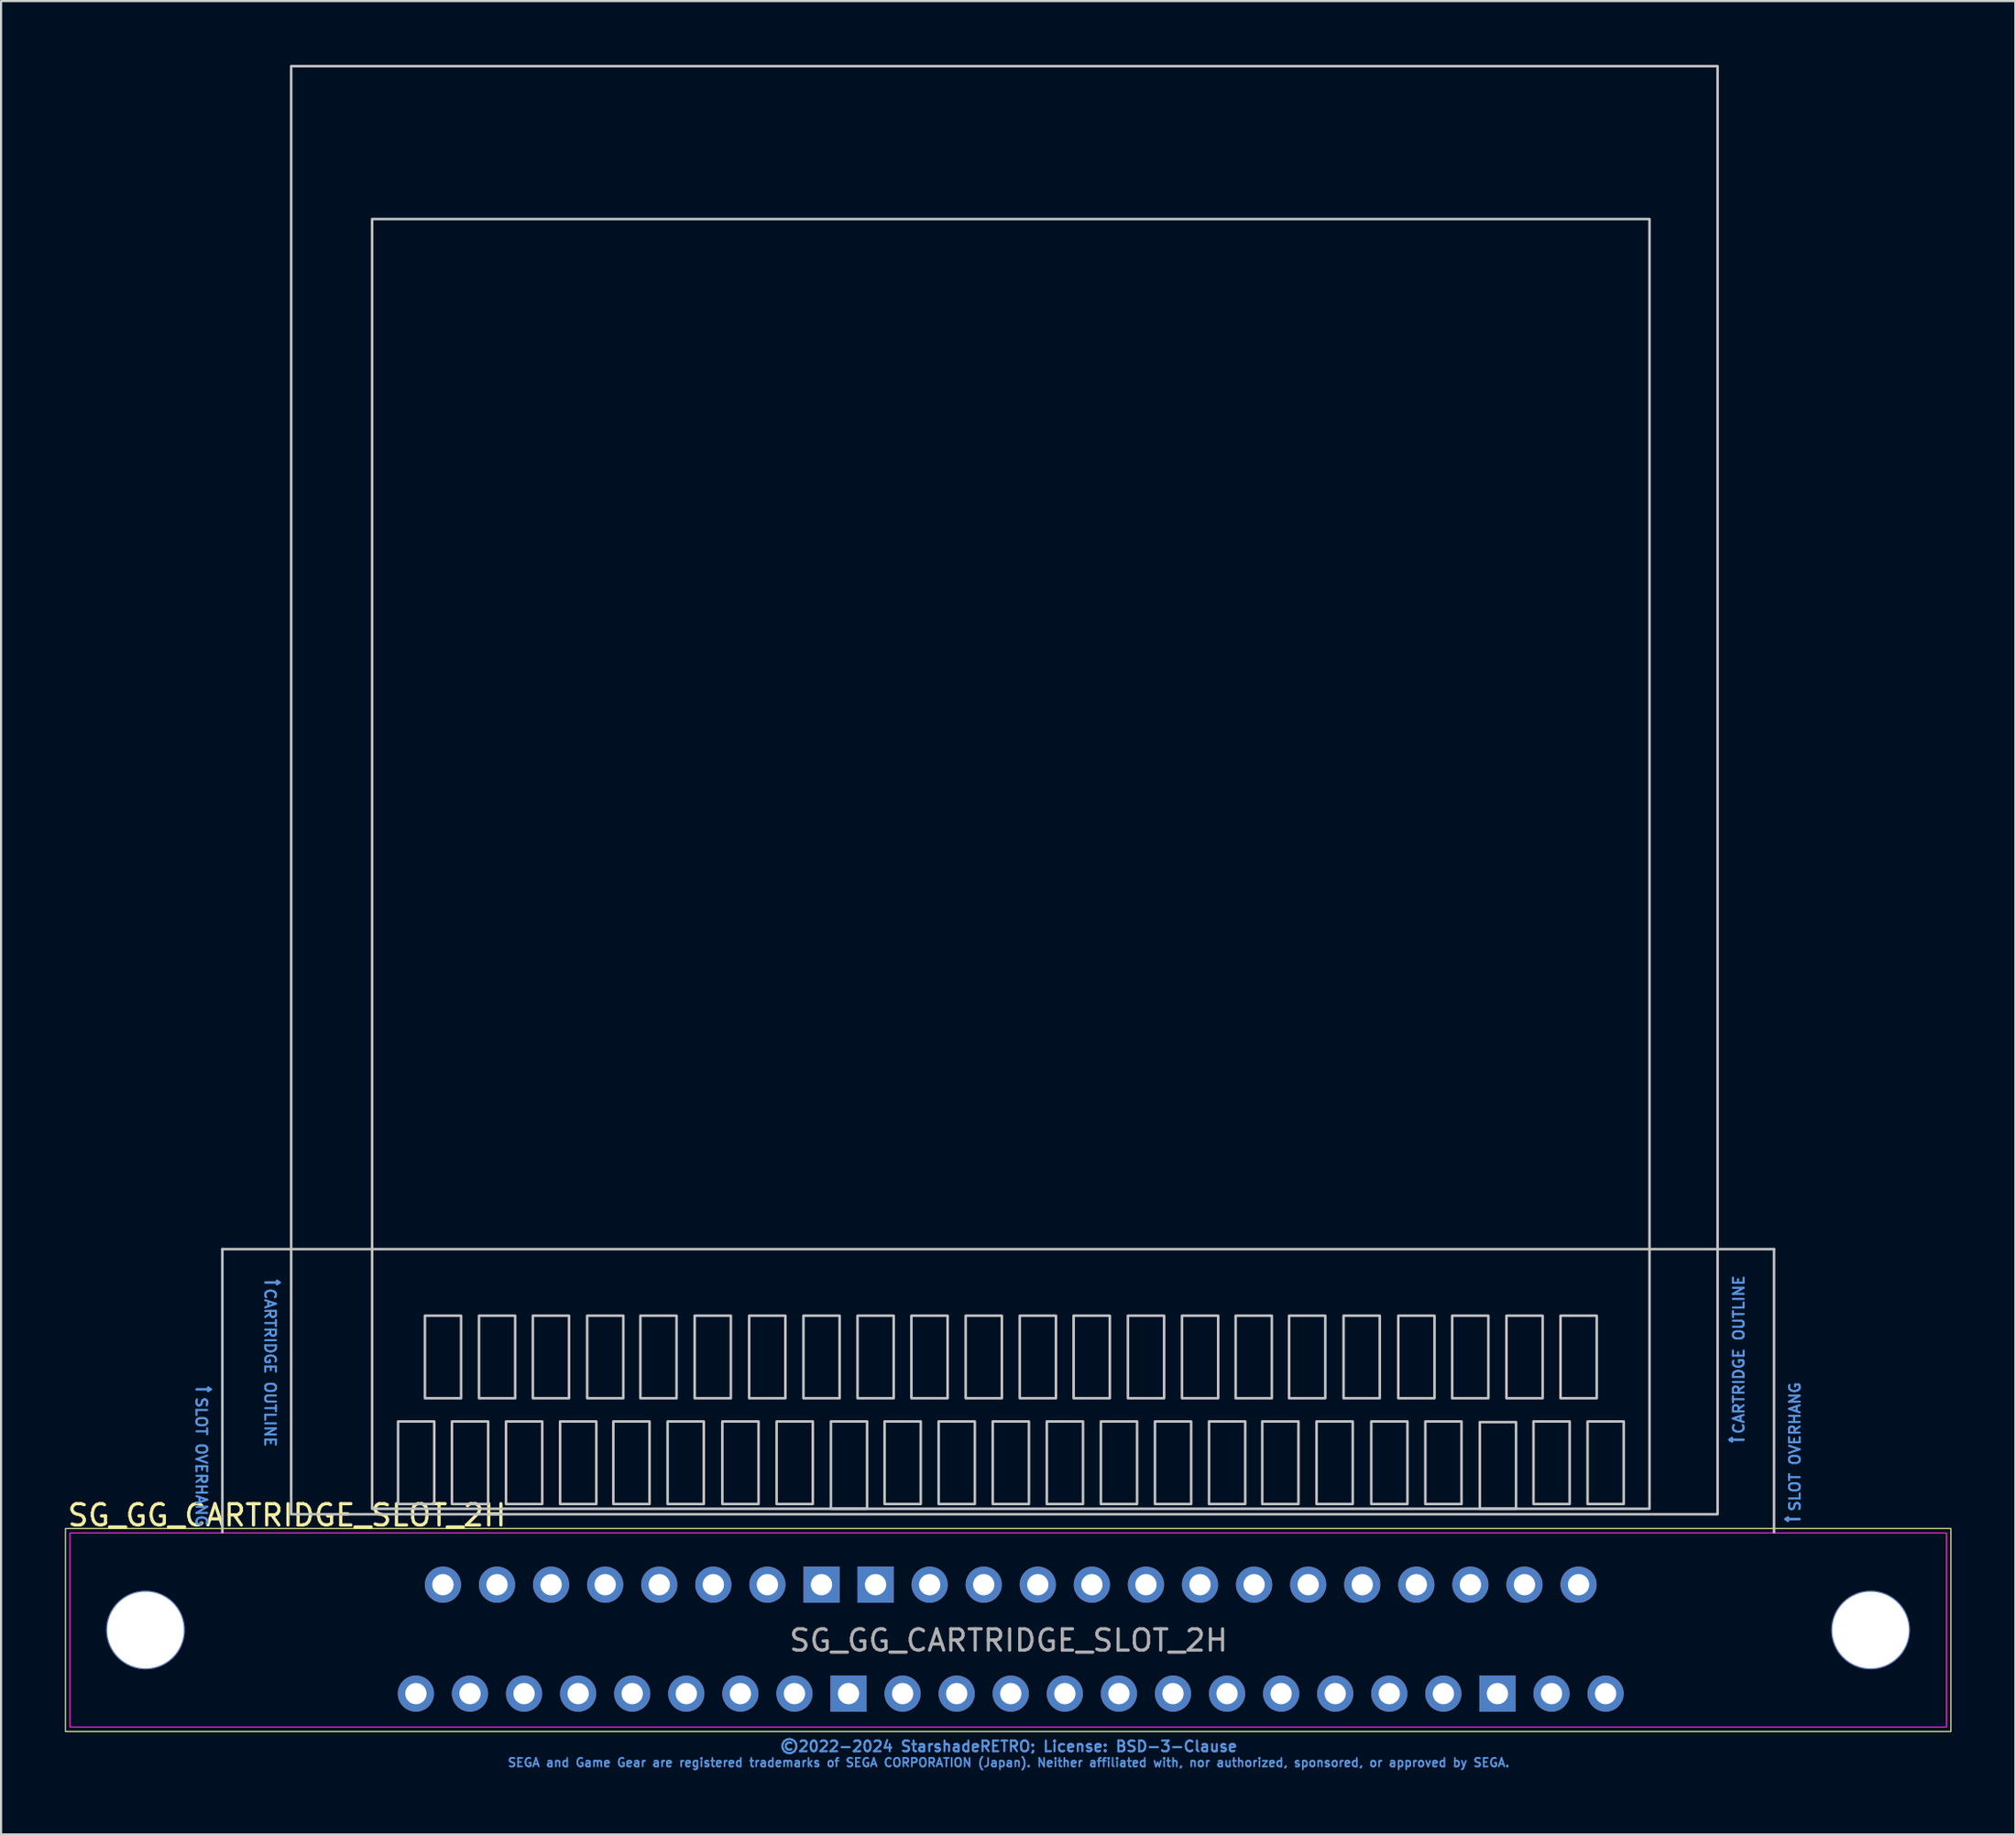
<source format=kicad_pcb>
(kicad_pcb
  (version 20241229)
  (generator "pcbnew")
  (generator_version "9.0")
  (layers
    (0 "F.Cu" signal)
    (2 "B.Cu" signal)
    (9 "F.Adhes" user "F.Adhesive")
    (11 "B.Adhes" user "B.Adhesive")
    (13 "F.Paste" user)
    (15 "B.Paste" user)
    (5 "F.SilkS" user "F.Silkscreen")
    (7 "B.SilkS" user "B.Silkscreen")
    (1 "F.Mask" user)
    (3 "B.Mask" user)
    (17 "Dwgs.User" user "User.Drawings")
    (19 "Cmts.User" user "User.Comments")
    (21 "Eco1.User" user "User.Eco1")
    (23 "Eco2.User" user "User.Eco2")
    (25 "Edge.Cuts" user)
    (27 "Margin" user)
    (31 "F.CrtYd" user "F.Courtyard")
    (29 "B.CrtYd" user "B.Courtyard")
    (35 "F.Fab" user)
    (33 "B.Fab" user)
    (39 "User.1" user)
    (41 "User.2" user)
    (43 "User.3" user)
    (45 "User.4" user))
  (footprint "SG_GG_CARTRIDGE_SLOT_2H"
    (layer "F.Cu")
    (at 44.325 73.94)
    (property "Reference" "SG_GG_CARTRIDGE_SLOT_2H" (at -44.28 -5.78 0) (unlocked yes) (layer "F.SilkS") (effects (font (size 1 1) (thickness 0.15)) (justify left)))
    (attr through_hole exclude_from_pos_files exclude_from_bom)
    (fp_poly (pts (xy -44.3 4.38) (xy -44.3 -5.16) (xy 44.26 -5.16) (xy 44.26 4.38)) (stroke (width 0.05) (type solid)) (fill no) (layer "F.SilkS"))
    (fp_line (start -36.93 -18.288) (end 35.95 -18.288) (stroke (width 0.12) (type solid)) (layer "Dwgs.User"))
    (fp_line (start -36.93 -4.99) (end -36.93 -18.288) (stroke (width 0.12) (type solid)) (layer "Dwgs.User"))
    (fp_line (start 35.95 -4.99) (end 35.95 -18.288) (stroke (width 0.12) (type solid)) (layer "Dwgs.User"))
    (fp_rect (start -33.7 -5.83) (end 33.3 -73.88) (stroke (width 0.12) (type solid)) (fill no) (layer "Dwgs.User"))
    (fp_rect (start -29.897 -6.086) (end 30.103 -66.696) (stroke (width 0.12) (type solid)) (fill no) (layer "Dwgs.User"))
    (fp_rect (start -28.677 -6.31) (end -26.977 -10.19) (stroke (width 0.12) (type solid)) (fill no) (layer "Dwgs.User"))
    (fp_rect (start -27.417 -11.28) (end -25.717 -15.16) (stroke (width 0.12) (type solid)) (fill no) (layer "Dwgs.User"))
    (fp_rect (start -26.147 -6.31) (end -24.447 -10.19) (stroke (width 0.12) (type solid)) (fill no) (layer "Dwgs.User"))
    (fp_rect (start -24.877 -11.28) (end -23.177 -15.16) (stroke (width 0.12) (type solid)) (fill no) (layer "Dwgs.User"))
    (fp_rect (start -23.607 -6.31) (end -21.907 -10.19) (stroke (width 0.12) (type solid)) (fill no) (layer "Dwgs.User"))
    (fp_rect (start -22.347 -11.28) (end -20.647 -15.16) (stroke (width 0.12) (type solid)) (fill no) (layer "Dwgs.User"))
    (fp_rect (start -21.067 -6.31) (end -19.367 -10.19) (stroke (width 0.12) (type solid)) (fill no) (layer "Dwgs.User"))
    (fp_rect (start -19.797 -11.28) (end -18.097 -15.16) (stroke (width 0.12) (type solid)) (fill no) (layer "Dwgs.User"))
    (fp_rect (start -18.567 -6.31) (end -16.867 -10.19) (stroke (width 0.12) (type solid)) (fill no) (layer "Dwgs.User"))
    (fp_rect (start -17.297 -11.28) (end -15.597 -15.16) (stroke (width 0.12) (type solid)) (fill no) (layer "Dwgs.User"))
    (fp_rect (start -16.017 -6.31) (end -14.317 -10.19) (stroke (width 0.12) (type solid)) (fill no) (layer "Dwgs.User"))
    (fp_rect (start -14.747 -11.28) (end -13.047 -15.16) (stroke (width 0.12) (type solid)) (fill no) (layer "Dwgs.User"))
    (fp_rect (start -13.447 -6.31) (end -11.747 -10.19) (stroke (width 0.12) (type solid)) (fill no) (layer "Dwgs.User"))
    (fp_rect (start -12.187 -11.28) (end -10.487 -15.16) (stroke (width 0.12) (type solid)) (fill no) (layer "Dwgs.User"))
    (fp_rect (start -10.897 -6.31) (end -9.197 -10.19) (stroke (width 0.12) (type solid)) (fill no) (layer "Dwgs.User"))
    (fp_rect (start -9.637 -11.28) (end -7.937 -15.16) (stroke (width 0.12) (type solid)) (fill no) (layer "Dwgs.User"))
    (fp_rect (start -8.347 -6.09) (end -6.647 -10.19) (stroke (width 0.12) (type solid)) (fill no) (layer "Dwgs.User"))
    (fp_rect (start -7.097 -11.28) (end -5.397 -15.16) (stroke (width 0.12) (type solid)) (fill no) (layer "Dwgs.User"))
    (fp_rect (start -5.827 -6.31) (end -4.127 -10.19) (stroke (width 0.12) (type solid)) (fill no) (layer "Dwgs.User"))
    (fp_rect (start -4.567 -11.28) (end -2.867 -15.16) (stroke (width 0.12) (type solid)) (fill no) (layer "Dwgs.User"))
    (fp_rect (start -3.287 -6.31) (end -1.587 -10.19) (stroke (width 0.12) (type solid)) (fill no) (layer "Dwgs.User"))
    (fp_rect (start -2.017 -11.28) (end -0.317 -15.16) (stroke (width 0.12) (type solid)) (fill no) (layer "Dwgs.User"))
    (fp_rect (start -0.747 -6.31) (end 0.953 -10.19) (stroke (width 0.12) (type solid)) (fill no) (layer "Dwgs.User"))
    (fp_rect (start 0.523 -11.28) (end 2.223 -15.16) (stroke (width 0.12) (type solid)) (fill no) (layer "Dwgs.User"))
    (fp_rect (start 1.793 -6.31) (end 3.493 -10.19) (stroke (width 0.12) (type solid)) (fill no) (layer "Dwgs.User"))
    (fp_rect (start 3.053 -11.28) (end 4.753 -15.16) (stroke (width 0.12) (type solid)) (fill no) (layer "Dwgs.User"))
    (fp_rect (start 4.333 -6.31) (end 6.033 -10.19) (stroke (width 0.12) (type solid)) (fill no) (layer "Dwgs.User"))
    (fp_rect (start 5.603 -11.28) (end 7.303 -15.16) (stroke (width 0.12) (type solid)) (fill no) (layer "Dwgs.User"))
    (fp_rect (start 6.873 -6.31) (end 8.573 -10.19) (stroke (width 0.12) (type solid)) (fill no) (layer "Dwgs.User"))
    (fp_rect (start 8.143 -11.28) (end 9.843 -15.16) (stroke (width 0.12) (type solid)) (fill no) (layer "Dwgs.User"))
    (fp_rect (start 9.413 -6.31) (end 11.113 -10.19) (stroke (width 0.12) (type solid)) (fill no) (layer "Dwgs.User"))
    (fp_rect (start 10.663 -11.28) (end 12.363 -15.16) (stroke (width 0.12) (type solid)) (fill no) (layer "Dwgs.User"))
    (fp_rect (start 11.913 -6.31) (end 13.613 -10.19) (stroke (width 0.12) (type solid)) (fill no) (layer "Dwgs.User"))
    (fp_rect (start 13.173 -11.28) (end 14.873 -15.16) (stroke (width 0.12) (type solid)) (fill no) (layer "Dwgs.User"))
    (fp_rect (start 14.463 -6.31) (end 16.163 -10.19) (stroke (width 0.12) (type solid)) (fill no) (layer "Dwgs.User"))
    (fp_rect (start 15.733 -11.28) (end 17.433 -15.16) (stroke (width 0.12) (type solid)) (fill no) (layer "Dwgs.User"))
    (fp_rect (start 17.033 -6.31) (end 18.733 -10.19) (stroke (width 0.12) (type solid)) (fill no) (layer "Dwgs.User"))
    (fp_rect (start 18.303 -11.28) (end 20.003 -15.16) (stroke (width 0.12) (type solid)) (fill no) (layer "Dwgs.User"))
    (fp_rect (start 19.573 -6.31) (end 21.273 -10.19) (stroke (width 0.12) (type solid)) (fill no) (layer "Dwgs.User"))
    (fp_rect (start 20.833 -11.28) (end 22.533 -15.16) (stroke (width 0.12) (type solid)) (fill no) (layer "Dwgs.User"))
    (fp_rect (start 22.133 -6.09) (end 23.833 -10.16) (stroke (width 0.12) (type solid)) (fill no) (layer "Dwgs.User"))
    (fp_rect (start 23.383 -11.28) (end 25.083 -15.16) (stroke (width 0.12) (type solid)) (fill no) (layer "Dwgs.User"))
    (fp_rect (start 24.653 -6.31) (end 26.353 -10.19) (stroke (width 0.12) (type solid)) (fill no) (layer "Dwgs.User"))
    (fp_rect (start 25.923 -11.28) (end 27.623 -15.16) (stroke (width 0.12) (type solid)) (fill no) (layer "Dwgs.User"))
    (fp_rect (start 27.193 -6.31) (end 28.893 -10.19) (stroke (width 0.12) (type solid)) (fill no) (layer "Dwgs.User"))
    (fp_line (start -38.14 -11.7) (end -37.49 -11.7) (stroke (width 0.12) (type solid)) (layer "Cmts.User"))
    (fp_line (start -37.49 -11.7) (end -37.6 -11.78) (stroke (width 0.12) (type solid)) (layer "Cmts.User"))
    (fp_line (start -37.49 -11.7) (end -37.6 -11.62) (stroke (width 0.12) (type solid)) (layer "Cmts.User"))
    (fp_line (start -34.905 -16.72) (end -34.255 -16.72) (stroke (width 0.12) (type solid)) (layer "Cmts.User"))
    (fp_line (start -34.255 -16.72) (end -34.365 -16.8) (stroke (width 0.12) (type solid)) (layer "Cmts.User"))
    (fp_line (start -34.255 -16.72) (end -34.365 -16.64) (stroke (width 0.12) (type solid)) (layer "Cmts.User"))
    (fp_line (start 33.865 -9.33) (end 33.975 -9.41) (stroke (width 0.12) (type solid)) (layer "Cmts.User"))
    (fp_line (start 33.865 -9.33) (end 33.975 -9.25) (stroke (width 0.12) (type solid)) (layer "Cmts.User"))
    (fp_line (start 34.515 -9.33) (end 33.865 -9.33) (stroke (width 0.12) (type solid)) (layer "Cmts.User"))
    (fp_line (start 36.495 -5.6) (end 36.605 -5.68) (stroke (width 0.12) (type solid)) (layer "Cmts.User"))
    (fp_line (start 36.495 -5.6) (end 36.605 -5.52) (stroke (width 0.12) (type solid)) (layer "Cmts.User"))
    (fp_line (start 37.145 -5.6) (end 36.495 -5.6) (stroke (width 0.12) (type solid)) (layer "Cmts.User"))
    (fp_poly (pts (xy -44.09 4.17) (xy -44.09 -4.95) (xy 44.05 -4.95) (xy 44.05 4.17)) (stroke (width 0.05) (type solid)) (fill no) (layer "F.CrtYd"))
    (fp_text user "SEGA and Game Gear are registered trademarks of SEGA CORPORATION (Japan). Neither affiliated with, nor authorized, sponsored, or approved by SEGA." (at 0 5.842 0) (layer "Cmts.User") (effects (font (size 0.4 0.4) (thickness 0.08))))
    (fp_text user "CARTRIDGE OUTLINE" (at 34.295 -13.33 90) (unlocked yes) (layer "Cmts.User") (effects (font (size 0.5 0.5) (thickness 0.1))))
    (fp_text user "SLOT OVERHANG" (at 36.93 -9 90) (unlocked yes) (layer "Cmts.User") (effects (font (size 0.5 0.5) (thickness 0.1))))
    (fp_text user "SLOT OVERHANG" (at -37.92 -8.3 270) (unlocked yes) (layer "Cmts.User") (effects (font (size 0.5 0.5) (thickness 0.1))))
    (fp_text user "CARTRIDGE OUTLINE" (at -34.69 -12.72 270) (unlocked yes) (layer "Cmts.User") (effects (font (size 0.5 0.5) (thickness 0.1))))
    (fp_text user "©2022-2024 StarshadeRETRO; License: BSD-3-Clause" (at 0 5.08 0) (layer "Cmts.User") (effects (font (size 0.5 0.5) (thickness 0.1))))
    (fp_text user "${REFERENCE}" (at 0 0.1 0) (unlocked yes) (layer "F.Fab") (effects (font (size 1 1) (thickness 0.15))))
    (pad "" np_thru_hole circle (at -40.54 -0.388 90) (size 3.7 3.7) (drill 3.6) (layers "*.Cu" "*.Mask"))
    (pad "" np_thru_hole circle (at 40.486 -0.388 90) (size 3.7 3.7) (drill 3.6) (layers "*.Cu" "*.Mask"))
    (pad "1" thru_hole circle (at -27.84 2.6 90) (size 1.7 1.7) (drill 1) (layers "*.Cu" "*.Mask"))
    (pad "2" thru_hole circle (at -26.57 -2.52 90) (size 1.7 1.7) (drill 1) (layers "*.Cu" "*.Mask"))
    (pad "3" thru_hole oval (at -25.3 2.6 90) (size 1.7 1.7) (drill 1) (layers "*.Cu" "*.Mask"))
    (pad "4" thru_hole oval (at -24.03 -2.52 90) (size 1.7 1.7) (drill 1) (layers "*.Cu" "*.Mask"))
    (pad "5" thru_hole oval (at -22.76 2.6 90) (size 1.7 1.7) (drill 1) (layers "*.Cu" "*.Mask"))
    (pad "6" thru_hole oval (at -21.49 -2.52 90) (size 1.7 1.7) (drill 1) (layers "*.Cu" "*.Mask"))
    (pad "7" thru_hole oval (at -20.22 2.6 90) (size 1.7 1.7) (drill 1) (layers "*.Cu" "*.Mask"))
    (pad "8" thru_hole oval (at -18.95 -2.52 90) (size 1.7 1.7) (drill 1) (layers "*.Cu" "*.Mask"))
    (pad "9" thru_hole oval (at -17.68 2.6 90) (size 1.7 1.7) (drill 1) (layers "*.Cu" "*.Mask"))
    (pad "10" thru_hole oval (at -16.41 -2.52 90) (size 1.7 1.7) (drill 1) (layers "*.Cu" "*.Mask"))
    (pad "11" thru_hole oval (at -15.14 2.6 90) (size 1.7 1.7) (drill 1) (layers "*.Cu" "*.Mask"))
    (pad "12" thru_hole oval (at -13.87 -2.52 90) (size 1.7 1.7) (drill 1) (layers "*.Cu" "*.Mask"))
    (pad "13" thru_hole oval (at -12.6 2.6 90) (size 1.7 1.7) (drill 1) (layers "*.Cu" "*.Mask"))
    (pad "14" thru_hole oval (at -11.33 -2.52 90) (size 1.7 1.7) (drill 1) (layers "*.Cu" "*.Mask"))
    (pad "15" thru_hole oval (at -10.06 2.6 90) (size 1.7 1.7) (drill 1) (layers "*.Cu" "*.Mask"))
    (pad "16" thru_hole rect (at -8.79 -2.52 90) (size 1.7 1.7) (drill 1) (layers "*.Cu" "*.Mask"))
    (pad "17" thru_hole rect (at -7.52 2.6 90) (size 1.7 1.7) (drill 1) (layers "*.Cu" "*.Mask"))
    (pad "18" thru_hole rect (at -6.25 -2.52 90) (size 1.7 1.7) (drill 1) (layers "*.Cu" "*.Mask"))
    (pad "19" thru_hole oval (at -4.98 2.6 90) (size 1.7 1.7) (drill 1) (layers "*.Cu" "*.Mask"))
    (pad "20" thru_hole oval (at -3.71 -2.52 90) (size 1.7 1.7) (drill 1) (layers "*.Cu" "*.Mask"))
    (pad "21" thru_hole oval (at -2.44 2.6 90) (size 1.7 1.7) (drill 1) (layers "*.Cu" "*.Mask"))
    (pad "22" thru_hole oval (at -1.17 -2.52 90) (size 1.7 1.7) (drill 1) (layers "*.Cu" "*.Mask"))
    (pad "23" thru_hole oval (at 0.1 2.6 90) (size 1.7 1.7) (drill 1) (layers "*.Cu" "*.Mask"))
    (pad "24" thru_hole oval (at 1.37 -2.52 90) (size 1.7 1.7) (drill 1) (layers "*.Cu" "*.Mask"))
    (pad "25" thru_hole oval (at 2.64 2.6 90) (size 1.7 1.7) (drill 1) (layers "*.Cu" "*.Mask"))
    (pad "26" thru_hole oval (at 3.91 -2.52 90) (size 1.7 1.7) (drill 1) (layers "*.Cu" "*.Mask"))
    (pad "27" thru_hole oval (at 5.18 2.6 90) (size 1.7 1.7) (drill 1) (layers "*.Cu" "*.Mask"))
    (pad "28" thru_hole oval (at 6.45 -2.52 90) (size 1.7 1.7) (drill 1) (layers "*.Cu" "*.Mask"))
    (pad "29" thru_hole oval (at 7.72 2.6 90) (size 1.7 1.7) (drill 1) (layers "*.Cu" "*.Mask"))
    (pad "30" thru_hole oval (at 8.99 -2.52 90) (size 1.7 1.7) (drill 1) (layers "*.Cu" "*.Mask"))
    (pad "31" thru_hole oval (at 10.26 2.6 90) (size 1.7 1.7) (drill 1) (layers "*.Cu" "*.Mask"))
    (pad "32" thru_hole oval (at 11.53 -2.52 90) (size 1.7 1.7) (drill 1) (layers "*.Cu" "*.Mask"))
    (pad "33" thru_hole oval (at 12.8 2.6 90) (size 1.7 1.7) (drill 1) (layers "*.Cu" "*.Mask"))
    (pad "34" thru_hole oval (at 14.07 -2.52 90) (size 1.7 1.7) (drill 1) (layers "*.Cu" "*.Mask"))
    (pad "35" thru_hole oval (at 15.34 2.6 90) (size 1.7 1.7) (drill 1) (layers "*.Cu" "*.Mask"))
    (pad "36" thru_hole oval (at 16.61 -2.52 90) (size 1.7 1.7) (drill 1) (layers "*.Cu" "*.Mask"))
    (pad "37" thru_hole oval (at 17.88 2.6 90) (size 1.7 1.7) (drill 1) (layers "*.Cu" "*.Mask"))
    (pad "38" thru_hole oval (at 19.15 -2.52 90) (size 1.7 1.7) (drill 1) (layers "*.Cu" "*.Mask"))
    (pad "39" thru_hole oval (at 20.42 2.6 90) (size 1.7 1.7) (drill 1) (layers "*.Cu" "*.Mask"))
    (pad "40" thru_hole oval (at 21.69 -2.52 90) (size 1.7 1.7) (drill 1) (layers "*.Cu" "*.Mask"))
    (pad "41" thru_hole rect (at 22.96 2.6 90) (size 1.7 1.7) (drill 1) (layers "*.Cu" "*.Mask"))
    (pad "42" thru_hole oval (at 24.23 -2.52 90) (size 1.7 1.7) (drill 1) (layers "*.Cu" "*.Mask"))
    (pad "43" thru_hole oval (at 25.5 2.6 90) (size 1.7 1.7) (drill 1) (layers "*.Cu" "*.Mask"))
    (pad "44" thru_hole oval (at 26.77 -2.52 90) (size 1.7 1.7) (drill 1) (layers "*.Cu" "*.Mask"))
    (pad "45" thru_hole oval (at 28.04 2.6 90) (size 1.7 1.7) (drill 1) (layers "*.Cu" "*.Mask")))
  (gr_rect
    (start -3 -3)
    (end 91.61 83.156)
    (stroke (width 0.1) (type default))
    (fill no)
    (layer "Edge.Cuts")))
</source>
